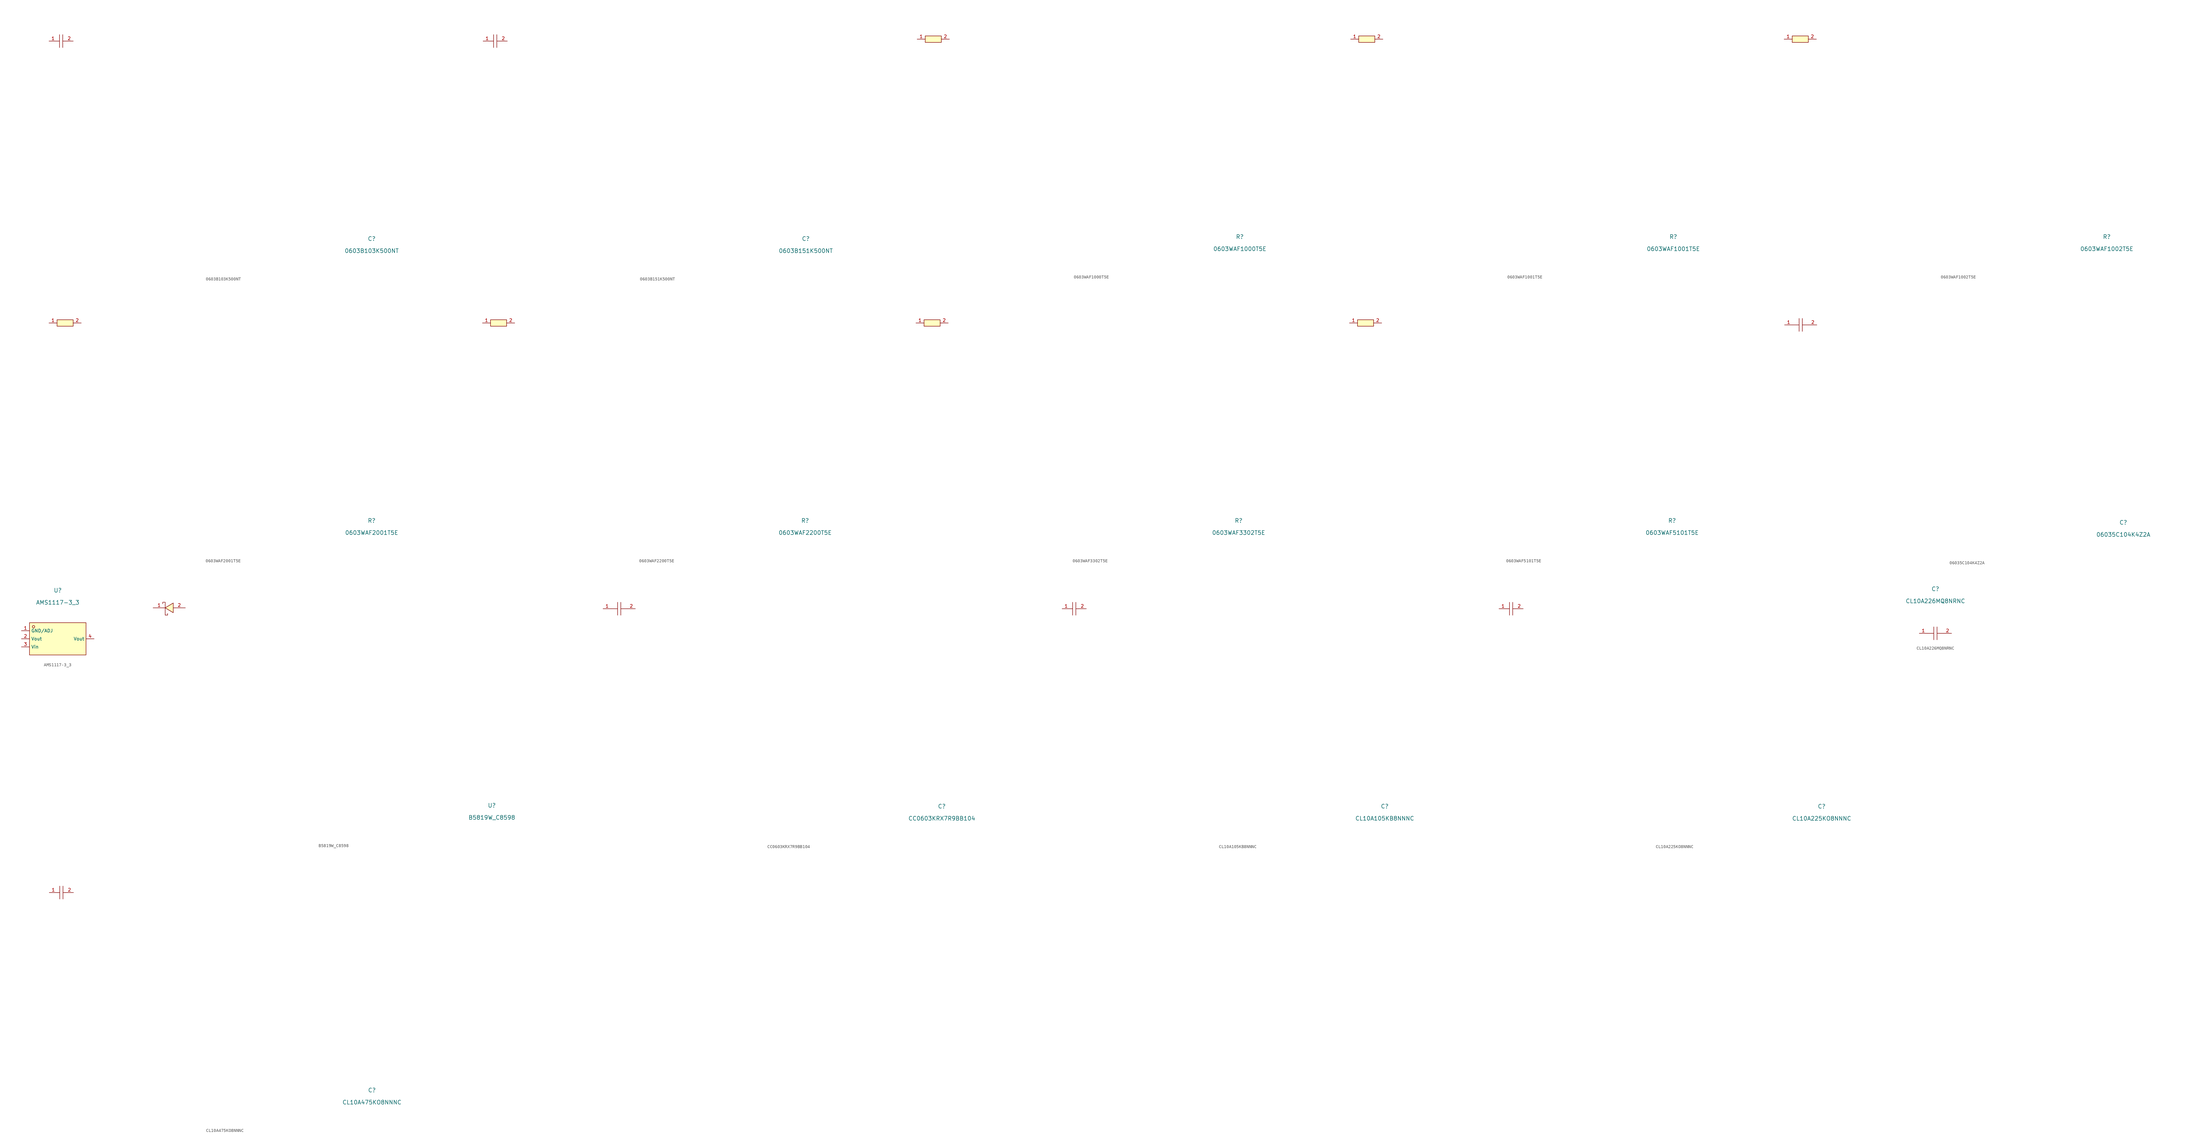
<source format=kicad_sym>
(kicad_symbol_lib
  (version 20211014)
  (generator kicad_symbol_editor)
  (symbol "0603B103K500NT"
    (pin_names hide)
    (property "Reference" "C"
      (at 0 1.27 0)
      (effects (font (size 1.27 1.27))))
    (property "Value" "0603B103K500NT"
      (at 0 -2.54 0)
      (effects (font (size 1.27 1.27))))
    (symbol "0603B103K500NT_0_0"
      (polyline (pts (xy -99.06 63.5) (xy -98.298 63.5)) (stroke (width 0) (type default) (color 0 0 0 0)) (fill (type none)))
      (polyline (pts (xy -98.298 65.532) (xy -98.298 61.468)) (stroke (width 0) (type default) (color 0 0 0 0)) (fill (type none)))
      (polyline (pts (xy -97.282 63.5) (xy -96.52 63.5)) (stroke (width 0) (type default) (color 0 0 0 0)) (fill (type none)))
      (polyline (pts (xy -97.282 65.532) (xy -97.282 61.468)) (stroke (width 0) (type default) (color 0 0 0 0)) (fill (type none)))
      (pin input line (at -101.6 63.5 0) (length 2.54) (name "1" (effects (font (size 1 1)))) (number "1" (effects (font (size 1 1)))))
      (pin input line (at -93.98 63.5 180) (length 2.54) (name "2" (effects (font (size 1 1)))) (number "2" (effects (font (size 1 1)))))))
  (symbol "0603B151K500NT"
    (pin_names hide)
    (property "Reference" "C"
      (at 0 1.27 0)
      (effects (font (size 1.27 1.27))))
    (property "Value" "0603B151K500NT"
      (at 0 -2.54 0)
      (effects (font (size 1.27 1.27))))
    (symbol "0603B151K500NT_0_0"
      (polyline (pts (xy -99.06 63.5) (xy -98.298 63.5)) (stroke (width 0) (type default) (color 0 0 0 0)) (fill (type none)))
      (polyline (pts (xy -98.298 65.532) (xy -98.298 61.468)) (stroke (width 0) (type default) (color 0 0 0 0)) (fill (type none)))
      (polyline (pts (xy -97.282 63.5) (xy -96.52 63.5)) (stroke (width 0) (type default) (color 0 0 0 0)) (fill (type none)))
      (polyline (pts (xy -97.282 65.532) (xy -97.282 61.468)) (stroke (width 0) (type default) (color 0 0 0 0)) (fill (type none)))
      (pin input line (at -101.6 63.5 0) (length 2.54) (name "1" (effects (font (size 1 1)))) (number "1" (effects (font (size 1 1)))))
      (pin input line (at -93.98 63.5 180) (length 2.54) (name "2" (effects (font (size 1 1)))) (number "2" (effects (font (size 1 1)))))))
  (symbol "0603WAF1000T5E"
    (pin_names hide)
    (property "Reference" "R"
      (at 0 1.27 0)
      (effects (font (size 1.27 1.27))))
    (property "Value" "0603WAF1000T5E"
      (at 0 -2.54 0)
      (effects (font (size 1.27 1.27))))
    (symbol "0603WAF1000T5E_0_0"
      (rectangle (start -99.06 64.516) (end -93.98 62.484) (stroke (width 0) (type default) (color 0 0 0 0)) (fill (type background)))
      (pin input line (at -101.6 63.5 0) (length 2.54) (name "1" (effects (font (size 1 1)))) (number "1" (effects (font (size 1 1)))))
      (pin input line (at -91.44 63.5 180) (length 2.54) (name "2" (effects (font (size 1 1)))) (number "2" (effects (font (size 1 1)))))))
  (symbol "0603WAF1001T5E"
    (pin_names hide)
    (property "Reference" "R"
      (at 0 1.27 0)
      (effects (font (size 1.27 1.27))))
    (property "Value" "0603WAF1001T5E"
      (at 0 -2.54 0)
      (effects (font (size 1.27 1.27))))
    (symbol "0603WAF1001T5E_0_0"
      (rectangle (start -99.06 64.516) (end -93.98 62.484) (stroke (width 0) (type default) (color 0 0 0 0)) (fill (type background)))
      (pin input line (at -101.6 63.5 0) (length 2.54) (name "1" (effects (font (size 1 1)))) (number "1" (effects (font (size 1 1)))))
      (pin input line (at -91.44 63.5 180) (length 2.54) (name "2" (effects (font (size 1 1)))) (number "2" (effects (font (size 1 1)))))))
  (symbol "0603WAF1002T5E"
    (pin_names hide)
    (property "Reference" "R"
      (at 0 1.27 0)
      (effects (font (size 1.27 1.27))))
    (property "Value" "0603WAF1002T5E"
      (at 0 -2.54 0)
      (effects (font (size 1.27 1.27))))
    (symbol "0603WAF1002T5E_0_0"
      (rectangle (start -99.06 64.516) (end -93.98 62.484) (stroke (width 0) (type default) (color 0 0 0 0)) (fill (type background)))
      (pin input line (at -101.6 63.5 0) (length 2.54) (name "1" (effects (font (size 1 1)))) (number "1" (effects (font (size 1 1)))))
      (pin input line (at -91.44 63.5 180) (length 2.54) (name "2" (effects (font (size 1 1)))) (number "2" (effects (font (size 1 1)))))))
  (symbol "0603WAF2001T5E"
    (pin_names hide)
    (property "Reference" "R"
      (at 0 1.27 0)
      (effects (font (size 1.27 1.27))))
    (property "Value" "0603WAF2001T5E"
      (at 0 -2.54 0)
      (effects (font (size 1.27 1.27))))
    (symbol "0603WAF2001T5E_0_0"
      (rectangle (start -99.06 64.516) (end -93.98 62.484) (stroke (width 0) (type default) (color 0 0 0 0)) (fill (type background)))
      (pin input line (at -101.6 63.5 0) (length 2.54) (name "1" (effects (font (size 1 1)))) (number "1" (effects (font (size 1 1)))))
      (pin input line (at -91.44 63.5 180) (length 2.54) (name "2" (effects (font (size 1 1)))) (number "2" (effects (font (size 1 1)))))))
  (symbol "0603WAF2200T5E"
    (pin_names hide)
    (property "Reference" "R"
      (at 0 1.27 0)
      (effects (font (size 1.27 1.27))))
    (property "Value" "0603WAF2200T5E"
      (at 0 -2.54 0)
      (effects (font (size 1.27 1.27))))
    (symbol "0603WAF2200T5E_0_0"
      (rectangle (start -99.06 64.516) (end -93.98 62.484) (stroke (width 0) (type default) (color 0 0 0 0)) (fill (type background)))
      (pin input line (at -101.6 63.5 0) (length 2.54) (name "1" (effects (font (size 1 1)))) (number "1" (effects (font (size 1 1)))))
      (pin input line (at -91.44 63.5 180) (length 2.54) (name "2" (effects (font (size 1 1)))) (number "2" (effects (font (size 1 1)))))))
  (symbol "0603WAF3302T5E"
    (pin_names hide)
    (property "Reference" "R"
      (at 0 1.27 0)
      (effects (font (size 1.27 1.27))))
    (property "Value" "0603WAF3302T5E"
      (at 0 -2.54 0)
      (effects (font (size 1.27 1.27))))
    (symbol "0603WAF3302T5E_0_0"
      (rectangle (start -99.06 64.516) (end -93.98 62.484) (stroke (width 0) (type default) (color 0 0 0 0)) (fill (type background)))
      (pin input line (at -101.6 63.5 0) (length 2.54) (name "1" (effects (font (size 1 1)))) (number "1" (effects (font (size 1 1)))))
      (pin input line (at -91.44 63.5 180) (length 2.54) (name "2" (effects (font (size 1 1)))) (number "2" (effects (font (size 1 1)))))))
  (symbol "0603WAF5101T5E"
    (pin_names hide)
    (property "Reference" "R"
      (at 0 1.27 0)
      (effects (font (size 1.27 1.27))))
    (property "Value" "0603WAF5101T5E"
      (at 0 -2.54 0)
      (effects (font (size 1.27 1.27))))
    (symbol "0603WAF5101T5E_0_0"
      (rectangle (start -99.06 64.516) (end -93.98 62.484) (stroke (width 0) (type default) (color 0 0 0 0)) (fill (type background)))
      (pin input line (at -101.6 63.5 0) (length 2.54) (name "1" (effects (font (size 1 1)))) (number "1" (effects (font (size 1 1)))))
      (pin input line (at -91.44 63.5 180) (length 2.54) (name "2" (effects (font (size 1 1)))) (number "2" (effects (font (size 1 1)))))))
  (symbol "06035C104K4Z2A"
    (pin_names hide)
    (property "Reference" "C"
      (at 0 1.27 0)
      (effects (font (size 1.27 1.27))))
    (property "Value" "06035C104K4Z2A"
      (at 0 -2.54 0)
      (effects (font (size 1.27 1.27))))
    (symbol "06035C104K4Z2A_0_0"
      (polyline (pts (xy -102.108 61.468) (xy -102.108 65.532)) (stroke (width 0) (type default) (color 0 0 0 0)) (fill (type none)))
      (polyline (pts (xy -102.108 63.5) (xy -104.14 63.5)) (stroke (width 0) (type default) (color 0 0 0 0)) (fill (type none)))
      (polyline (pts (xy -101.092 65.532) (xy -101.092 61.468)) (stroke (width 0) (type default) (color 0 0 0 0)) (fill (type none)))
      (polyline (pts (xy -99.06 63.5) (xy -101.092 63.5)) (stroke (width 0) (type default) (color 0 0 0 0)) (fill (type none)))
      (pin unspecified line (at -106.68 63.5 0) (length 2.54) (name "1" (effects (font (size 1 1)))) (number "1" (effects (font (size 1 1)))))
      (pin unspecified line (at -96.52 63.5 180) (length 2.54) (name "2" (effects (font (size 1 1)))) (number "2" (effects (font (size 1 1)))))))
  (symbol "AMS1117-3_3"
    (property "Reference" "U"
      (at 0 1.27 0)
      (effects (font (size 1.27 1.27))))
    (property "Value" "AMS1117-3_3"
      (at 0 -2.54 0)
      (effects (font (size 1.27 1.27))))
    (symbol "AMS1117-3_3_0_0"
      (rectangle (start -8.89 -8.89) (end 8.89 -19.05) (stroke (width 0) (type default) (color 0 0 0 0)) (fill (type background)))
      (circle (center -7.62 -10.16) (radius 0.381) (stroke (width 0) (type default) (color 0 0 0 0)) (fill (type background)))
      (pin unspecified line (at -11.43 -11.43 0) (length 2.54) (name "GND/ADJ" (effects (font (size 1 1)))) (number "1" (effects (font (size 1 1)))))
      (pin unspecified line (at -11.43 -13.97 0) (length 2.54) (name "Vout" (effects (font (size 1 1)))) (number "2" (effects (font (size 1 1)))))
      (pin unspecified line (at -11.43 -16.51 0) (length 2.54) (name "Vin" (effects (font (size 1 1)))) (number "3" (effects (font (size 1 1)))))
      (pin unspecified line (at 11.43 -13.97 180) (length 2.54) (name "Vout" (effects (font (size 1 1)))) (number "4" (effects (font (size 1 1)))))))
  (symbol "B5819W_C8598"
    (pin_names hide)
    (property "Reference" "U"
      (at 0 1.27 0)
      (effects (font (size 1.27 1.27))))
    (property "Value" "B5819W_C8598"
      (at 0 -2.54 0)
      (effects (font (size 1.27 1.27))))
    (symbol "B5819W_C8598_0_0"
      (polyline (pts (xy -100.33 65.024) (xy -102.87 63.5) (xy -100.33 61.976) (xy -100.33 65.024)) (stroke (width 0) (type default) (color 0 0 0 0)) (fill (type background)))
      (polyline (pts (xy -102.108 61.722) (xy -102.108 61.214) (xy -102.87 61.214) (xy -102.87 64.516) (xy -102.87 65.278) (xy -103.632 65.278) (xy -103.632 64.77)) (stroke (width 0) (type default) (color 0 0 0 0)) (fill (type none)))
      (pin unspecified line (at -106.68 63.5 0) (length 3.81) (name "-" (effects (font (size 1 1)))) (number "1" (effects (font (size 1 1)))))
      (pin unspecified line (at -96.52 63.5 180) (length 3.81) (name "+" (effects (font (size 1 1)))) (number "2" (effects (font (size 1 1)))))))
  (symbol "CC0603KRX7R9BB104"
    (pin_names hide)
    (property "Reference" "C"
      (at 0 1.27 0)
      (effects (font (size 1.27 1.27))))
    (property "Value" "CC0603KRX7R9BB104"
      (at 0 -2.54 0)
      (effects (font (size 1.27 1.27))))
    (symbol "CC0603KRX7R9BB104_0_0"
      (polyline (pts (xy -102.108 61.468) (xy -102.108 65.532)) (stroke (width 0) (type default) (color 0 0 0 0)) (fill (type none)))
      (polyline (pts (xy -102.108 63.5) (xy -104.14 63.5)) (stroke (width 0) (type default) (color 0 0 0 0)) (fill (type none)))
      (polyline (pts (xy -101.092 65.532) (xy -101.092 61.468)) (stroke (width 0) (type default) (color 0 0 0 0)) (fill (type none)))
      (polyline (pts (xy -99.06 63.5) (xy -101.092 63.5)) (stroke (width 0) (type default) (color 0 0 0 0)) (fill (type none)))
      (pin unspecified line (at -106.68 63.5 0) (length 2.54) (name "1" (effects (font (size 1 1)))) (number "1" (effects (font (size 1 1)))))
      (pin unspecified line (at -96.52 63.5 180) (length 2.54) (name "2" (effects (font (size 1 1)))) (number "2" (effects (font (size 1 1)))))))
  (symbol "CL10A105KB8NNNC"
    (pin_names hide)
    (property "Reference" "C"
      (at 0 1.27 0)
      (effects (font (size 1.27 1.27))))
    (property "Value" "CL10A105KB8NNNC"
      (at 0 -2.54 0)
      (effects (font (size 1.27 1.27))))
    (symbol "CL10A105KB8NNNC_0_0"
      (polyline (pts (xy -99.06 63.5) (xy -98.298 63.5)) (stroke (width 0) (type default) (color 0 0 0 0)) (fill (type none)))
      (polyline (pts (xy -98.298 65.532) (xy -98.298 61.468)) (stroke (width 0) (type default) (color 0 0 0 0)) (fill (type none)))
      (polyline (pts (xy -97.282 63.5) (xy -96.52 63.5)) (stroke (width 0) (type default) (color 0 0 0 0)) (fill (type none)))
      (polyline (pts (xy -97.282 65.532) (xy -97.282 61.468)) (stroke (width 0) (type default) (color 0 0 0 0)) (fill (type none)))
      (pin input line (at -101.6 63.5 0) (length 2.54) (name "1" (effects (font (size 1 1)))) (number "1" (effects (font (size 1 1)))))
      (pin input line (at -93.98 63.5 180) (length 2.54) (name "2" (effects (font (size 1 1)))) (number "2" (effects (font (size 1 1)))))))
  (symbol "CL10A225KO8NNNC"
    (pin_names hide)
    (property "Reference" "C"
      (at 0 1.27 0)
      (effects (font (size 1.27 1.27))))
    (property "Value" "CL10A225KO8NNNC"
      (at 0 -2.54 0)
      (effects (font (size 1.27 1.27))))
    (symbol "CL10A225KO8NNNC_0_0"
      (polyline (pts (xy -99.06 63.5) (xy -98.298 63.5)) (stroke (width 0) (type default) (color 0 0 0 0)) (fill (type none)))
      (polyline (pts (xy -98.298 65.532) (xy -98.298 61.468)) (stroke (width 0) (type default) (color 0 0 0 0)) (fill (type none)))
      (polyline (pts (xy -97.282 63.5) (xy -96.52 63.5)) (stroke (width 0) (type default) (color 0 0 0 0)) (fill (type none)))
      (polyline (pts (xy -97.282 65.532) (xy -97.282 61.468)) (stroke (width 0) (type default) (color 0 0 0 0)) (fill (type none)))
      (pin input line (at -101.6 63.5 0) (length 2.54) (name "1" (effects (font (size 1 1)))) (number "1" (effects (font (size 1 1)))))
      (pin input line (at -93.98 63.5 180) (length 2.54) (name "2" (effects (font (size 1 1)))) (number "2" (effects (font (size 1 1)))))))
  (symbol "CL10A226MQ8NRNC"
    (pin_names hide)
    (property "Reference" "C"
      (at 0 1.27 0)
      (effects (font (size 1.27 1.27))))
    (property "Value" "CL10A226MQ8NRNC"
      (at 0 -2.54 0)
      (effects (font (size 1.27 1.27))))
    (symbol "CL10A226MQ8NRNC_0_0"
      (polyline (pts (xy -0.508 -14.732) (xy -0.508 -10.668)) (stroke (width 0) (type default) (color 0 0 0 0)) (fill (type none)))
      (polyline (pts (xy -0.508 -12.7) (xy -2.54 -12.7)) (stroke (width 0) (type default) (color 0 0 0 0)) (fill (type none)))
      (polyline (pts (xy 0.508 -10.668) (xy 0.508 -14.732)) (stroke (width 0) (type default) (color 0 0 0 0)) (fill (type none)))
      (polyline (pts (xy 2.54 -12.7) (xy 0.508 -12.7)) (stroke (width 0) (type default) (color 0 0 0 0)) (fill (type none)))
      (pin unspecified line (at -5.08 -12.7 0) (length 2.54) (name "1" (effects (font (size 1 1)))) (number "1" (effects (font (size 1 1)))))
      (pin unspecified line (at 5.08 -12.7 180) (length 2.54) (name "2" (effects (font (size 1 1)))) (number "2" (effects (font (size 1 1)))))))
  (symbol "CL10A475KO8NNNC"
    (pin_names hide)
    (property "Reference" "C"
      (at 0 1.27 0)
      (effects (font (size 1.27 1.27))))
    (property "Value" "CL10A475KO8NNNC"
      (at 0 -2.54 0)
      (effects (font (size 1.27 1.27))))
    (symbol "CL10A475KO8NNNC_0_0"
      (polyline (pts (xy -99.06 63.5) (xy -98.298 63.5)) (stroke (width 0) (type default) (color 0 0 0 0)) (fill (type none)))
      (polyline (pts (xy -98.298 65.532) (xy -98.298 61.468)) (stroke (width 0) (type default) (color 0 0 0 0)) (fill (type none)))
      (polyline (pts (xy -97.282 63.5) (xy -96.52 63.5)) (stroke (width 0) (type default) (color 0 0 0 0)) (fill (type none)))
      (polyline (pts (xy -97.282 65.532) (xy -97.282 61.468)) (stroke (width 0) (type default) (color 0 0 0 0)) (fill (type none)))
      (pin input line (at -101.6 63.5 0) (length 2.54) (name "1" (effects (font (size 1 1)))) (number "1" (effects (font (size 1 1)))))
      (pin input line (at -93.98 63.5 180) (length 2.54) (name "2" (effects (font (size 1 1)))) (number "2" (effects (font (size 1 1))))))))
</source>
